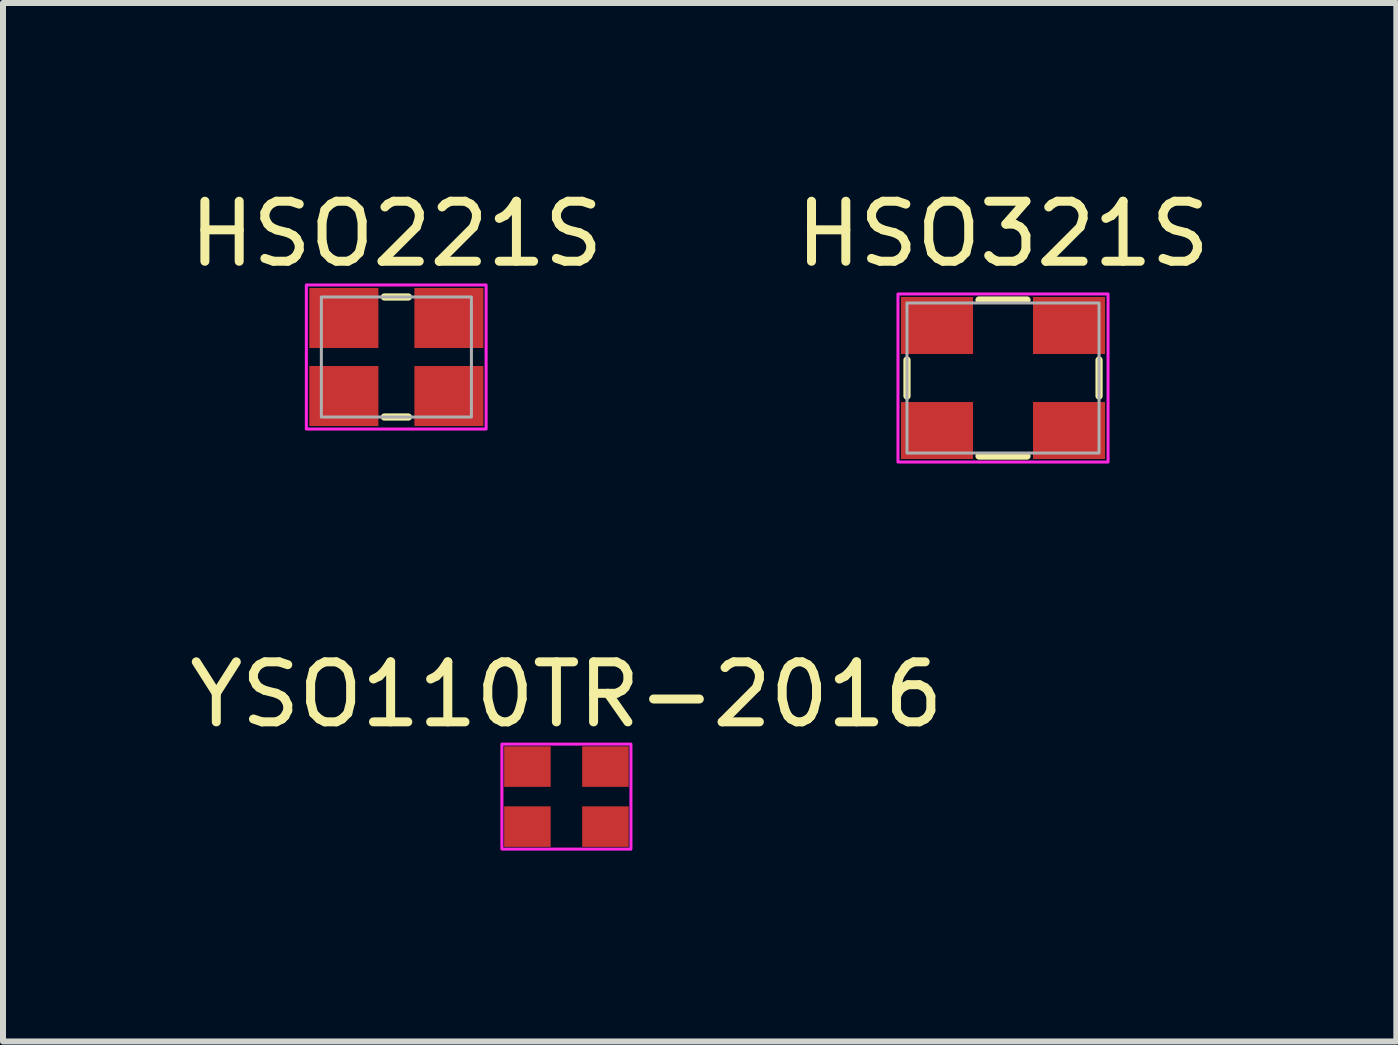
<source format=kicad_pcb>
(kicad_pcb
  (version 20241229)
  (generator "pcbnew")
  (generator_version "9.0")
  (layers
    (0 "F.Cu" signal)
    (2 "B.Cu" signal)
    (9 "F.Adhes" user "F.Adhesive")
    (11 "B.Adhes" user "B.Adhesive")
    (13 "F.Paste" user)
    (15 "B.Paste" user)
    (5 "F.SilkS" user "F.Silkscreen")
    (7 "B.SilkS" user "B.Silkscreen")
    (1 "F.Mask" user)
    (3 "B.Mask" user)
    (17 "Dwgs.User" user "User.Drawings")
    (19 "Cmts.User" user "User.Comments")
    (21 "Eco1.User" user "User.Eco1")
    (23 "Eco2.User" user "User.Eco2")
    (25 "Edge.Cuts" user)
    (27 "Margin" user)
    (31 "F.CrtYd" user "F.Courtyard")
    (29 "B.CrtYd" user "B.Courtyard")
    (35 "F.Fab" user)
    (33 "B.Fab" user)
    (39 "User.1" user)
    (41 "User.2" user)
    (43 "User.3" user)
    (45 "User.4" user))
  (footprint "YSO110TR-2016"
    (layer "F.Cu")
    (at 6.387 10.222)
    (property "Reference" "YSO110TR-2016" (at 0 -1.7 0) (unlocked yes) (layer "F.SilkS") (effects (font (size 1 1) (thickness 0.15))))
    (attr smd)
    (fp_rect (start 1.075 -0.875) (end -1.075 0.875) (stroke (width 0.05) (type solid)) (fill no) (layer "F.CrtYd"))
    (fp_line (start -1.475 -0.15) (end 1.55 -0.15) (stroke (width 0.01) (type solid)) (layer "User.3"))
    (fp_line (start -0.25 1.075) (end -0.25 -1.025) (stroke (width 0.01) (type solid)) (layer "User.3"))
    (fp_line (start 0 -0.875) (end 1.075 -0.875) (stroke (width 0.01) (type solid)) (layer "User.3"))
    (fp_line (start 0 0) (end 0 -0.875) (stroke (width 0.01) (type solid)) (layer "User.3"))
    (fp_line (start 0.25 -1.025) (end 0.25 1.075) (stroke (width 0.01) (type solid)) (layer "User.3"))
    (fp_line (start 1.55 0.15) (end -1.475 0.15) (stroke (width 0.01) (type solid)) (layer "User.3"))
    (pad "1" smd rect (at -0.65 0.5) (size 0.775 0.675) (layers "F.Cu" "F.Mask" "F.Paste"))
    (pad "2" smd rect (at 0.65 0.5) (size 0.775 0.675) (layers "F.Cu" "F.Mask" "F.Paste"))
    (pad "3" smd rect (at 0.65 -0.5) (size 0.775 0.675) (layers "F.Cu" "F.Mask" "F.Paste"))
    (pad "4" smd rect (at -0.65 -0.5) (size 0.775 0.675) (layers "F.Cu" "F.Mask" "F.Paste")))
  (footprint "HSO221S"
    (layer "F.Cu")
    (at 3.554 2.898)
    (property "Reference" "HSO221S" (at 0 -2.05 0) (unlocked yes) (layer "F.SilkS") (effects (font (size 1 1) (thickness 0.15))))
    (attr smd)
    (fp_line (start -0.2 -1) (end 0.2 -1) (stroke (width 0.12) (type solid)) (layer "F.SilkS"))
    (fp_line (start -0.2 1) (end 0.2 1) (stroke (width 0.12) (type solid)) (layer "F.SilkS"))
    (fp_rect (start -1.5 -1.2) (end 1.495 1.2) (stroke (width 0.05) (type solid)) (fill no) (layer "F.CrtYd"))
    (fp_rect (start 1.25 -1) (end -1.25 1) (stroke (width 0.05) (type solid)) (fill no) (layer "F.Fab"))
    (fp_rect (start -0.875 -0.65) (end 0.875 0.65) (stroke (width 0.01) (type solid)) (fill no) (layer "User.1"))
    (pad "1" smd rect (at -0.875 0.65) (size 1.15 1) (layers "F.Cu" "F.Mask" "F.Paste"))
    (pad "2" smd rect (at 0.875 0.65) (size 1.15 1) (layers "F.Cu" "F.Mask" "F.Paste"))
    (pad "3" smd rect (at 0.875 -0.65) (size 1.15 1) (layers "F.Cu" "F.Mask" "F.Paste"))
    (pad "4" smd rect (at -0.875 -0.65) (size 1.15 1) (layers "F.Cu" "F.Mask" "F.Paste")))
  (footprint "HSO321S"
    (layer "F.Cu")
    (at 13.661 3.248)
    (property "Reference" "HSO321S" (at 0 -2.4 0) (unlocked yes) (layer "F.SilkS") (effects (font (size 1 1) (thickness 0.15))))
    (attr smd)
    (fp_line (start -1.6 -0.3) (end -1.6 0.3) (stroke (width 0.12) (type solid)) (layer "F.SilkS"))
    (fp_line (start -0.4 1.3) (end 0.4 1.3) (stroke (width 0.12) (type solid)) (layer "F.SilkS"))
    (fp_line (start 0.4 -1.3) (end -0.4 -1.3) (stroke (width 0.12) (type solid)) (layer "F.SilkS"))
    (fp_line (start 1.6 -0.3) (end 1.6 0.3) (stroke (width 0.12) (type solid)) (layer "F.SilkS"))
    (fp_rect (start -1.75 -1.4) (end 1.75 1.4) (stroke (width 0.05) (type solid)) (fill no) (layer "F.CrtYd"))
    (fp_rect (start 1.6 -1.25) (end -1.6 1.25) (stroke (width 0.05) (type solid)) (fill no) (layer "F.Fab"))
    (fp_rect (start -1.1 -0.875) (end 1.1 0.875) (stroke (width 0.01) (type solid)) (fill no) (layer "User.1"))
    (pad "1" smd rect (at -1.1 0.875) (size 1.2 0.95) (layers "F.Cu" "F.Mask" "F.Paste"))
    (pad "2" smd rect (at 1.1 0.875) (size 1.2 0.95) (layers "F.Cu" "F.Mask" "F.Paste"))
    (pad "3" smd rect (at 1.1 -0.875) (size 1.2 0.95) (layers "F.Cu" "F.Mask" "F.Paste"))
    (pad "4" smd rect (at -1.1 -0.875) (size 1.2 0.95) (layers "F.Cu" "F.Mask" "F.Paste")))
  (gr_rect
    (start -3 -3)
    (end 20.214 14.302)
    (stroke (width 0.1) (type default))
    (fill no)
    (layer "Edge.Cuts")))
</source>
